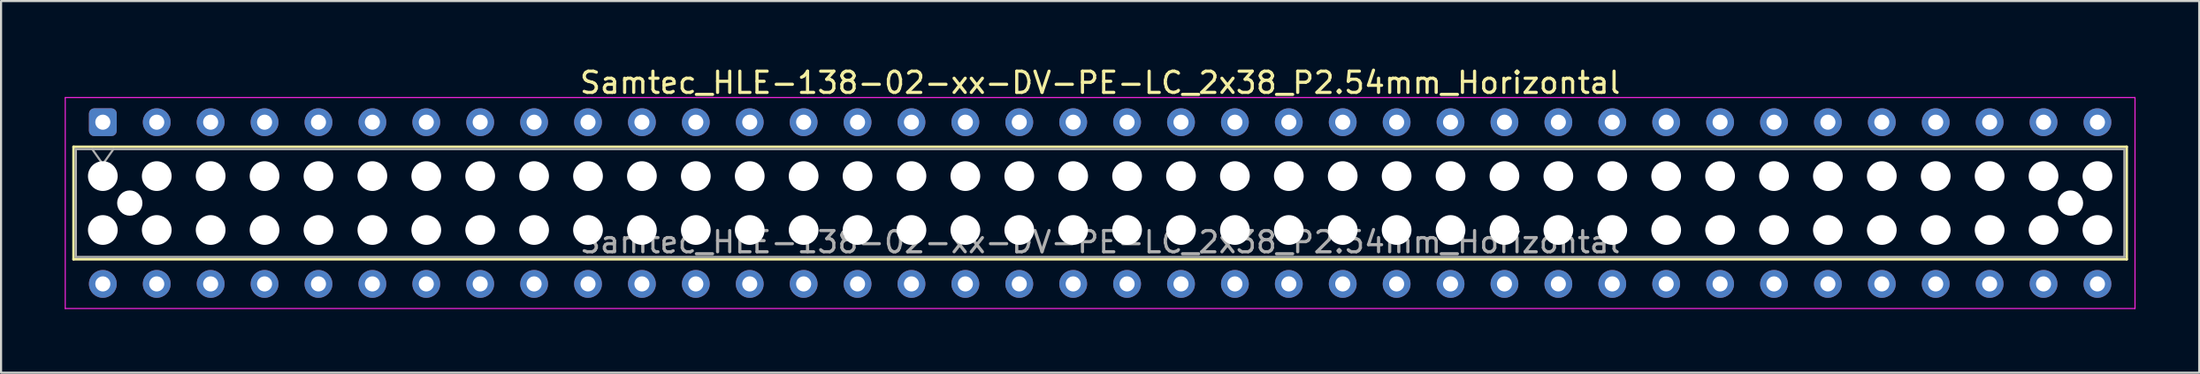
<source format=kicad_pcb>
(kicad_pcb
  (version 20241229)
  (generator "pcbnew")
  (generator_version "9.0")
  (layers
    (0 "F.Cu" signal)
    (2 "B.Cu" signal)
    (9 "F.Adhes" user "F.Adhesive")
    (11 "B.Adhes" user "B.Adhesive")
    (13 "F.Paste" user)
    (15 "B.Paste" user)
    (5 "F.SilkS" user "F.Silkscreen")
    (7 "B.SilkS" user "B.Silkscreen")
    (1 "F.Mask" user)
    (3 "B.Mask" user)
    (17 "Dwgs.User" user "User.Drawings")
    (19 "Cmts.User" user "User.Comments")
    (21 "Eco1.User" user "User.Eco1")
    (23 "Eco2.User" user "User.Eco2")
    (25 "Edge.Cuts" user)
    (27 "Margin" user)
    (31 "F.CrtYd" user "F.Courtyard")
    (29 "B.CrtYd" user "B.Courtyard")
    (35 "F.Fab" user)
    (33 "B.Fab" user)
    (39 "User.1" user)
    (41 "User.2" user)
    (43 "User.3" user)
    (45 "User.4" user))
  (footprint "Samtec_HLE-138-02-xx-DV-PE-LC_2x38_P2.54mm_Horizontal"
    (layer "F.Cu")
    (at 1.795 2.708)
    (property "Reference" "Samtec_HLE-138-02-xx-DV-PE-LC_2x38_P2.54mm_Horizontal" (at 46.99 -1.86 0) (layer "F.SilkS") (effects (font (size 1 1) (thickness 0.15))))
    (attr through_hole)
    (fp_line (start -1.38 1.16) (end 95.36 1.16) (stroke (width 0.12) (type solid)) (layer "F.SilkS"))
    (fp_line (start -1.38 6.46) (end -1.38 1.16) (stroke (width 0.12) (type solid)) (layer "F.SilkS"))
    (fp_line (start 95.36 1.16) (end 95.36 6.46) (stroke (width 0.12) (type solid)) (layer "F.SilkS"))
    (fp_line (start 95.36 6.46) (end -1.38 6.46) (stroke (width 0.12) (type solid)) (layer "F.SilkS"))
    (fp_line (start -1.77 -1.16) (end 95.75 -1.16) (stroke (width 0.05) (type solid)) (layer "F.CrtYd"))
    (fp_line (start -1.77 8.78) (end -1.77 -1.16) (stroke (width 0.05) (type solid)) (layer "F.CrtYd"))
    (fp_line (start 95.75 -1.16) (end 95.75 8.78) (stroke (width 0.05) (type solid)) (layer "F.CrtYd"))
    (fp_line (start 95.75 8.78) (end -1.77 8.78) (stroke (width 0.05) (type solid)) (layer "F.CrtYd"))
    (fp_line (start -1.27 1.27) (end 95.25 1.27) (stroke (width 0.1) (type solid)) (layer "F.Fab"))
    (fp_line (start -1.27 6.35) (end -1.27 1.27) (stroke (width 0.1) (type solid)) (layer "F.Fab"))
    (fp_line (start -0.5 1.27) (end 0 1.977) (stroke (width 0.1) (type solid)) (layer "F.Fab"))
    (fp_line (start 0 1.977) (end 0.5 1.27) (stroke (width 0.1) (type solid)) (layer "F.Fab"))
    (fp_line (start 95.25 1.27) (end 95.25 6.35) (stroke (width 0.1) (type solid)) (layer "F.Fab"))
    (fp_line (start 95.25 6.35) (end -1.27 6.35) (stroke (width 0.1) (type solid)) (layer "F.Fab"))
    (fp_text user "${REFERENCE}" (at 46.99 5.65 0) (layer "F.Fab") (effects (font (size 1 1) (thickness 0.15))))
    (pad "" np_thru_hole circle (at 0 2.54) (size 1.4 1.4) (drill 1.4) (layers "*.Cu" "*.Mask"))
    (pad "" np_thru_hole circle (at 0 5.08) (size 1.4 1.4) (drill 1.4) (layers "*.Cu" "*.Mask"))
    (pad "" np_thru_hole circle (at 1.27 3.81) (size 1.19 1.19) (drill 1.19) (layers "*.Cu" "*.Mask"))
    (pad "" np_thru_hole circle (at 2.54 2.54) (size 1.4 1.4) (drill 1.4) (layers "*.Cu" "*.Mask"))
    (pad "" np_thru_hole circle (at 2.54 5.08) (size 1.4 1.4) (drill 1.4) (layers "*.Cu" "*.Mask"))
    (pad "" np_thru_hole circle (at 5.08 2.54) (size 1.4 1.4) (drill 1.4) (layers "*.Cu" "*.Mask"))
    (pad "" np_thru_hole circle (at 5.08 5.08) (size 1.4 1.4) (drill 1.4) (layers "*.Cu" "*.Mask"))
    (pad "" np_thru_hole circle (at 7.62 2.54) (size 1.4 1.4) (drill 1.4) (layers "*.Cu" "*.Mask"))
    (pad "" np_thru_hole circle (at 7.62 5.08) (size 1.4 1.4) (drill 1.4) (layers "*.Cu" "*.Mask"))
    (pad "" np_thru_hole circle (at 10.16 2.54) (size 1.4 1.4) (drill 1.4) (layers "*.Cu" "*.Mask"))
    (pad "" np_thru_hole circle (at 10.16 5.08) (size 1.4 1.4) (drill 1.4) (layers "*.Cu" "*.Mask"))
    (pad "" np_thru_hole circle (at 12.7 2.54) (size 1.4 1.4) (drill 1.4) (layers "*.Cu" "*.Mask"))
    (pad "" np_thru_hole circle (at 12.7 5.08) (size 1.4 1.4) (drill 1.4) (layers "*.Cu" "*.Mask"))
    (pad "" np_thru_hole circle (at 15.24 2.54) (size 1.4 1.4) (drill 1.4) (layers "*.Cu" "*.Mask"))
    (pad "" np_thru_hole circle (at 15.24 5.08) (size 1.4 1.4) (drill 1.4) (layers "*.Cu" "*.Mask"))
    (pad "" np_thru_hole circle (at 17.78 2.54) (size 1.4 1.4) (drill 1.4) (layers "*.Cu" "*.Mask"))
    (pad "" np_thru_hole circle (at 17.78 5.08) (size 1.4 1.4) (drill 1.4) (layers "*.Cu" "*.Mask"))
    (pad "" np_thru_hole circle (at 20.32 2.54) (size 1.4 1.4) (drill 1.4) (layers "*.Cu" "*.Mask"))
    (pad "" np_thru_hole circle (at 20.32 5.08) (size 1.4 1.4) (drill 1.4) (layers "*.Cu" "*.Mask"))
    (pad "" np_thru_hole circle (at 22.86 2.54) (size 1.4 1.4) (drill 1.4) (layers "*.Cu" "*.Mask"))
    (pad "" np_thru_hole circle (at 22.86 5.08) (size 1.4 1.4) (drill 1.4) (layers "*.Cu" "*.Mask"))
    (pad "" np_thru_hole circle (at 25.4 2.54) (size 1.4 1.4) (drill 1.4) (layers "*.Cu" "*.Mask"))
    (pad "" np_thru_hole circle (at 25.4 5.08) (size 1.4 1.4) (drill 1.4) (layers "*.Cu" "*.Mask"))
    (pad "" np_thru_hole circle (at 27.94 2.54) (size 1.4 1.4) (drill 1.4) (layers "*.Cu" "*.Mask"))
    (pad "" np_thru_hole circle (at 27.94 5.08) (size 1.4 1.4) (drill 1.4) (layers "*.Cu" "*.Mask"))
    (pad "" np_thru_hole circle (at 30.48 2.54) (size 1.4 1.4) (drill 1.4) (layers "*.Cu" "*.Mask"))
    (pad "" np_thru_hole circle (at 30.48 5.08) (size 1.4 1.4) (drill 1.4) (layers "*.Cu" "*.Mask"))
    (pad "" np_thru_hole circle (at 33.02 2.54) (size 1.4 1.4) (drill 1.4) (layers "*.Cu" "*.Mask"))
    (pad "" np_thru_hole circle (at 33.02 5.08) (size 1.4 1.4) (drill 1.4) (layers "*.Cu" "*.Mask"))
    (pad "" np_thru_hole circle (at 35.56 2.54) (size 1.4 1.4) (drill 1.4) (layers "*.Cu" "*.Mask"))
    (pad "" np_thru_hole circle (at 35.56 5.08) (size 1.4 1.4) (drill 1.4) (layers "*.Cu" "*.Mask"))
    (pad "" np_thru_hole circle (at 38.1 2.54) (size 1.4 1.4) (drill 1.4) (layers "*.Cu" "*.Mask"))
    (pad "" np_thru_hole circle (at 38.1 5.08) (size 1.4 1.4) (drill 1.4) (layers "*.Cu" "*.Mask"))
    (pad "" np_thru_hole circle (at 40.64 2.54) (size 1.4 1.4) (drill 1.4) (layers "*.Cu" "*.Mask"))
    (pad "" np_thru_hole circle (at 40.64 5.08) (size 1.4 1.4) (drill 1.4) (layers "*.Cu" "*.Mask"))
    (pad "" np_thru_hole circle (at 43.18 2.54) (size 1.4 1.4) (drill 1.4) (layers "*.Cu" "*.Mask"))
    (pad "" np_thru_hole circle (at 43.18 5.08) (size 1.4 1.4) (drill 1.4) (layers "*.Cu" "*.Mask"))
    (pad "" np_thru_hole circle (at 45.72 2.54) (size 1.4 1.4) (drill 1.4) (layers "*.Cu" "*.Mask"))
    (pad "" np_thru_hole circle (at 45.72 5.08) (size 1.4 1.4) (drill 1.4) (layers "*.Cu" "*.Mask"))
    (pad "" np_thru_hole circle (at 48.26 2.54) (size 1.4 1.4) (drill 1.4) (layers "*.Cu" "*.Mask"))
    (pad "" np_thru_hole circle (at 48.26 5.08) (size 1.4 1.4) (drill 1.4) (layers "*.Cu" "*.Mask"))
    (pad "" np_thru_hole circle (at 50.8 2.54) (size 1.4 1.4) (drill 1.4) (layers "*.Cu" "*.Mask"))
    (pad "" np_thru_hole circle (at 50.8 5.08) (size 1.4 1.4) (drill 1.4) (layers "*.Cu" "*.Mask"))
    (pad "" np_thru_hole circle (at 53.34 2.54) (size 1.4 1.4) (drill 1.4) (layers "*.Cu" "*.Mask"))
    (pad "" np_thru_hole circle (at 53.34 5.08) (size 1.4 1.4) (drill 1.4) (layers "*.Cu" "*.Mask"))
    (pad "" np_thru_hole circle (at 55.88 2.54) (size 1.4 1.4) (drill 1.4) (layers "*.Cu" "*.Mask"))
    (pad "" np_thru_hole circle (at 55.88 5.08) (size 1.4 1.4) (drill 1.4) (layers "*.Cu" "*.Mask"))
    (pad "" np_thru_hole circle (at 58.42 2.54) (size 1.4 1.4) (drill 1.4) (layers "*.Cu" "*.Mask"))
    (pad "" np_thru_hole circle (at 58.42 5.08) (size 1.4 1.4) (drill 1.4) (layers "*.Cu" "*.Mask"))
    (pad "" np_thru_hole circle (at 60.96 2.54) (size 1.4 1.4) (drill 1.4) (layers "*.Cu" "*.Mask"))
    (pad "" np_thru_hole circle (at 60.96 5.08) (size 1.4 1.4) (drill 1.4) (layers "*.Cu" "*.Mask"))
    (pad "" np_thru_hole circle (at 63.5 2.54) (size 1.4 1.4) (drill 1.4) (layers "*.Cu" "*.Mask"))
    (pad "" np_thru_hole circle (at 63.5 5.08) (size 1.4 1.4) (drill 1.4) (layers "*.Cu" "*.Mask"))
    (pad "" np_thru_hole circle (at 66.04 2.54) (size 1.4 1.4) (drill 1.4) (layers "*.Cu" "*.Mask"))
    (pad "" np_thru_hole circle (at 66.04 5.08) (size 1.4 1.4) (drill 1.4) (layers "*.Cu" "*.Mask"))
    (pad "" np_thru_hole circle (at 68.58 2.54) (size 1.4 1.4) (drill 1.4) (layers "*.Cu" "*.Mask"))
    (pad "" np_thru_hole circle (at 68.58 5.08) (size 1.4 1.4) (drill 1.4) (layers "*.Cu" "*.Mask"))
    (pad "" np_thru_hole circle (at 71.12 2.54) (size 1.4 1.4) (drill 1.4) (layers "*.Cu" "*.Mask"))
    (pad "" np_thru_hole circle (at 71.12 5.08) (size 1.4 1.4) (drill 1.4) (layers "*.Cu" "*.Mask"))
    (pad "" np_thru_hole circle (at 73.66 2.54) (size 1.4 1.4) (drill 1.4) (layers "*.Cu" "*.Mask"))
    (pad "" np_thru_hole circle (at 73.66 5.08) (size 1.4 1.4) (drill 1.4) (layers "*.Cu" "*.Mask"))
    (pad "" np_thru_hole circle (at 76.2 2.54) (size 1.4 1.4) (drill 1.4) (layers "*.Cu" "*.Mask"))
    (pad "" np_thru_hole circle (at 76.2 5.08) (size 1.4 1.4) (drill 1.4) (layers "*.Cu" "*.Mask"))
    (pad "" np_thru_hole circle (at 78.74 2.54) (size 1.4 1.4) (drill 1.4) (layers "*.Cu" "*.Mask"))
    (pad "" np_thru_hole circle (at 78.74 5.08) (size 1.4 1.4) (drill 1.4) (layers "*.Cu" "*.Mask"))
    (pad "" np_thru_hole circle (at 81.28 2.54) (size 1.4 1.4) (drill 1.4) (layers "*.Cu" "*.Mask"))
    (pad "" np_thru_hole circle (at 81.28 5.08) (size 1.4 1.4) (drill 1.4) (layers "*.Cu" "*.Mask"))
    (pad "" np_thru_hole circle (at 83.82 2.54) (size 1.4 1.4) (drill 1.4) (layers "*.Cu" "*.Mask"))
    (pad "" np_thru_hole circle (at 83.82 5.08) (size 1.4 1.4) (drill 1.4) (layers "*.Cu" "*.Mask"))
    (pad "" np_thru_hole circle (at 86.36 2.54) (size 1.4 1.4) (drill 1.4) (layers "*.Cu" "*.Mask"))
    (pad "" np_thru_hole circle (at 86.36 5.08) (size 1.4 1.4) (drill 1.4) (layers "*.Cu" "*.Mask"))
    (pad "" np_thru_hole circle (at 88.9 2.54) (size 1.4 1.4) (drill 1.4) (layers "*.Cu" "*.Mask"))
    (pad "" np_thru_hole circle (at 88.9 5.08) (size 1.4 1.4) (drill 1.4) (layers "*.Cu" "*.Mask"))
    (pad "" np_thru_hole circle (at 91.44 2.54) (size 1.4 1.4) (drill 1.4) (layers "*.Cu" "*.Mask"))
    (pad "" np_thru_hole circle (at 91.44 5.08) (size 1.4 1.4) (drill 1.4) (layers "*.Cu" "*.Mask"))
    (pad "" np_thru_hole circle (at 92.71 3.81) (size 1.19 1.19) (drill 1.19) (layers "*.Cu" "*.Mask"))
    (pad "" np_thru_hole circle (at 93.98 2.54) (size 1.4 1.4) (drill 1.4) (layers "*.Cu" "*.Mask"))
    (pad "" np_thru_hole circle (at 93.98 5.08) (size 1.4 1.4) (drill 1.4) (layers "*.Cu" "*.Mask"))
    (pad "1" thru_hole roundrect (at 0 0) (size 1.31 1.31) (drill 0.71) (layers "*.Cu" "*.Mask") (roundrect_rratio 0.191))
    (pad "2" thru_hole circle (at 0 7.62) (size 1.31 1.31) (drill 0.71) (layers "*.Cu" "*.Mask"))
    (pad "3" thru_hole circle (at 2.54 0) (size 1.31 1.31) (drill 0.71) (layers "*.Cu" "*.Mask"))
    (pad "4" thru_hole circle (at 2.54 7.62) (size 1.31 1.31) (drill 0.71) (layers "*.Cu" "*.Mask"))
    (pad "5" thru_hole circle (at 5.08 0) (size 1.31 1.31) (drill 0.71) (layers "*.Cu" "*.Mask"))
    (pad "6" thru_hole circle (at 5.08 7.62) (size 1.31 1.31) (drill 0.71) (layers "*.Cu" "*.Mask"))
    (pad "7" thru_hole circle (at 7.62 0) (size 1.31 1.31) (drill 0.71) (layers "*.Cu" "*.Mask"))
    (pad "8" thru_hole circle (at 7.62 7.62) (size 1.31 1.31) (drill 0.71) (layers "*.Cu" "*.Mask"))
    (pad "9" thru_hole circle (at 10.16 0) (size 1.31 1.31) (drill 0.71) (layers "*.Cu" "*.Mask"))
    (pad "10" thru_hole circle (at 10.16 7.62) (size 1.31 1.31) (drill 0.71) (layers "*.Cu" "*.Mask"))
    (pad "11" thru_hole circle (at 12.7 0) (size 1.31 1.31) (drill 0.71) (layers "*.Cu" "*.Mask"))
    (pad "12" thru_hole circle (at 12.7 7.62) (size 1.31 1.31) (drill 0.71) (layers "*.Cu" "*.Mask"))
    (pad "13" thru_hole circle (at 15.24 0) (size 1.31 1.31) (drill 0.71) (layers "*.Cu" "*.Mask"))
    (pad "14" thru_hole circle (at 15.24 7.62) (size 1.31 1.31) (drill 0.71) (layers "*.Cu" "*.Mask"))
    (pad "15" thru_hole circle (at 17.78 0) (size 1.31 1.31) (drill 0.71) (layers "*.Cu" "*.Mask"))
    (pad "16" thru_hole circle (at 17.78 7.62) (size 1.31 1.31) (drill 0.71) (layers "*.Cu" "*.Mask"))
    (pad "17" thru_hole circle (at 20.32 0) (size 1.31 1.31) (drill 0.71) (layers "*.Cu" "*.Mask"))
    (pad "18" thru_hole circle (at 20.32 7.62) (size 1.31 1.31) (drill 0.71) (layers "*.Cu" "*.Mask"))
    (pad "19" thru_hole circle (at 22.86 0) (size 1.31 1.31) (drill 0.71) (layers "*.Cu" "*.Mask"))
    (pad "20" thru_hole circle (at 22.86 7.62) (size 1.31 1.31) (drill 0.71) (layers "*.Cu" "*.Mask"))
    (pad "21" thru_hole circle (at 25.4 0) (size 1.31 1.31) (drill 0.71) (layers "*.Cu" "*.Mask"))
    (pad "22" thru_hole circle (at 25.4 7.62) (size 1.31 1.31) (drill 0.71) (layers "*.Cu" "*.Mask"))
    (pad "23" thru_hole circle (at 27.94 0) (size 1.31 1.31) (drill 0.71) (layers "*.Cu" "*.Mask"))
    (pad "24" thru_hole circle (at 27.94 7.62) (size 1.31 1.31) (drill 0.71) (layers "*.Cu" "*.Mask"))
    (pad "25" thru_hole circle (at 30.48 0) (size 1.31 1.31) (drill 0.71) (layers "*.Cu" "*.Mask"))
    (pad "26" thru_hole circle (at 30.48 7.62) (size 1.31 1.31) (drill 0.71) (layers "*.Cu" "*.Mask"))
    (pad "27" thru_hole circle (at 33.02 0) (size 1.31 1.31) (drill 0.71) (layers "*.Cu" "*.Mask"))
    (pad "28" thru_hole circle (at 33.02 7.62) (size 1.31 1.31) (drill 0.71) (layers "*.Cu" "*.Mask"))
    (pad "29" thru_hole circle (at 35.56 0) (size 1.31 1.31) (drill 0.71) (layers "*.Cu" "*.Mask"))
    (pad "30" thru_hole circle (at 35.56 7.62) (size 1.31 1.31) (drill 0.71) (layers "*.Cu" "*.Mask"))
    (pad "31" thru_hole circle (at 38.1 0) (size 1.31 1.31) (drill 0.71) (layers "*.Cu" "*.Mask"))
    (pad "32" thru_hole circle (at 38.1 7.62) (size 1.31 1.31) (drill 0.71) (layers "*.Cu" "*.Mask"))
    (pad "33" thru_hole circle (at 40.64 0) (size 1.31 1.31) (drill 0.71) (layers "*.Cu" "*.Mask"))
    (pad "34" thru_hole circle (at 40.64 7.62) (size 1.31 1.31) (drill 0.71) (layers "*.Cu" "*.Mask"))
    (pad "35" thru_hole circle (at 43.18 0) (size 1.31 1.31) (drill 0.71) (layers "*.Cu" "*.Mask"))
    (pad "36" thru_hole circle (at 43.18 7.62) (size 1.31 1.31) (drill 0.71) (layers "*.Cu" "*.Mask"))
    (pad "37" thru_hole circle (at 45.72 0) (size 1.31 1.31) (drill 0.71) (layers "*.Cu" "*.Mask"))
    (pad "38" thru_hole circle (at 45.72 7.62) (size 1.31 1.31) (drill 0.71) (layers "*.Cu" "*.Mask"))
    (pad "39" thru_hole circle (at 48.26 0) (size 1.31 1.31) (drill 0.71) (layers "*.Cu" "*.Mask"))
    (pad "40" thru_hole circle (at 48.26 7.62) (size 1.31 1.31) (drill 0.71) (layers "*.Cu" "*.Mask"))
    (pad "41" thru_hole circle (at 50.8 0) (size 1.31 1.31) (drill 0.71) (layers "*.Cu" "*.Mask"))
    (pad "42" thru_hole circle (at 50.8 7.62) (size 1.31 1.31) (drill 0.71) (layers "*.Cu" "*.Mask"))
    (pad "43" thru_hole circle (at 53.34 0) (size 1.31 1.31) (drill 0.71) (layers "*.Cu" "*.Mask"))
    (pad "44" thru_hole circle (at 53.34 7.62) (size 1.31 1.31) (drill 0.71) (layers "*.Cu" "*.Mask"))
    (pad "45" thru_hole circle (at 55.88 0) (size 1.31 1.31) (drill 0.71) (layers "*.Cu" "*.Mask"))
    (pad "46" thru_hole circle (at 55.88 7.62) (size 1.31 1.31) (drill 0.71) (layers "*.Cu" "*.Mask"))
    (pad "47" thru_hole circle (at 58.42 0) (size 1.31 1.31) (drill 0.71) (layers "*.Cu" "*.Mask"))
    (pad "48" thru_hole circle (at 58.42 7.62) (size 1.31 1.31) (drill 0.71) (layers "*.Cu" "*.Mask"))
    (pad "49" thru_hole circle (at 60.96 0) (size 1.31 1.31) (drill 0.71) (layers "*.Cu" "*.Mask"))
    (pad "50" thru_hole circle (at 60.96 7.62) (size 1.31 1.31) (drill 0.71) (layers "*.Cu" "*.Mask"))
    (pad "51" thru_hole circle (at 63.5 0) (size 1.31 1.31) (drill 0.71) (layers "*.Cu" "*.Mask"))
    (pad "52" thru_hole circle (at 63.5 7.62) (size 1.31 1.31) (drill 0.71) (layers "*.Cu" "*.Mask"))
    (pad "53" thru_hole circle (at 66.04 0) (size 1.31 1.31) (drill 0.71) (layers "*.Cu" "*.Mask"))
    (pad "54" thru_hole circle (at 66.04 7.62) (size 1.31 1.31) (drill 0.71) (layers "*.Cu" "*.Mask"))
    (pad "55" thru_hole circle (at 68.58 0) (size 1.31 1.31) (drill 0.71) (layers "*.Cu" "*.Mask"))
    (pad "56" thru_hole circle (at 68.58 7.62) (size 1.31 1.31) (drill 0.71) (layers "*.Cu" "*.Mask"))
    (pad "57" thru_hole circle (at 71.12 0) (size 1.31 1.31) (drill 0.71) (layers "*.Cu" "*.Mask"))
    (pad "58" thru_hole circle (at 71.12 7.62) (size 1.31 1.31) (drill 0.71) (layers "*.Cu" "*.Mask"))
    (pad "59" thru_hole circle (at 73.66 0) (size 1.31 1.31) (drill 0.71) (layers "*.Cu" "*.Mask"))
    (pad "60" thru_hole circle (at 73.66 7.62) (size 1.31 1.31) (drill 0.71) (layers "*.Cu" "*.Mask"))
    (pad "61" thru_hole circle (at 76.2 0) (size 1.31 1.31) (drill 0.71) (layers "*.Cu" "*.Mask"))
    (pad "62" thru_hole circle (at 76.2 7.62) (size 1.31 1.31) (drill 0.71) (layers "*.Cu" "*.Mask"))
    (pad "63" thru_hole circle (at 78.74 0) (size 1.31 1.31) (drill 0.71) (layers "*.Cu" "*.Mask"))
    (pad "64" thru_hole circle (at 78.74 7.62) (size 1.31 1.31) (drill 0.71) (layers "*.Cu" "*.Mask"))
    (pad "65" thru_hole circle (at 81.28 0) (size 1.31 1.31) (drill 0.71) (layers "*.Cu" "*.Mask"))
    (pad "66" thru_hole circle (at 81.28 7.62) (size 1.31 1.31) (drill 0.71) (layers "*.Cu" "*.Mask"))
    (pad "67" thru_hole circle (at 83.82 0) (size 1.31 1.31) (drill 0.71) (layers "*.Cu" "*.Mask"))
    (pad "68" thru_hole circle (at 83.82 7.62) (size 1.31 1.31) (drill 0.71) (layers "*.Cu" "*.Mask"))
    (pad "69" thru_hole circle (at 86.36 0) (size 1.31 1.31) (drill 0.71) (layers "*.Cu" "*.Mask"))
    (pad "70" thru_hole circle (at 86.36 7.62) (size 1.31 1.31) (drill 0.71) (layers "*.Cu" "*.Mask"))
    (pad "71" thru_hole circle (at 88.9 0) (size 1.31 1.31) (drill 0.71) (layers "*.Cu" "*.Mask"))
    (pad "72" thru_hole circle (at 88.9 7.62) (size 1.31 1.31) (drill 0.71) (layers "*.Cu" "*.Mask"))
    (pad "73" thru_hole circle (at 91.44 0) (size 1.31 1.31) (drill 0.71) (layers "*.Cu" "*.Mask"))
    (pad "74" thru_hole circle (at 91.44 7.62) (size 1.31 1.31) (drill 0.71) (layers "*.Cu" "*.Mask"))
    (pad "75" thru_hole circle (at 93.98 0) (size 1.31 1.31) (drill 0.71) (layers "*.Cu" "*.Mask"))
    (pad "76" thru_hole circle (at 93.98 7.62) (size 1.31 1.31) (drill 0.71) (layers "*.Cu" "*.Mask")))
  (gr_rect
    (start -3 -3)
    (end 100.57 14.513)
    (stroke (width 0.1) (type default))
    (fill no)
    (layer "Edge.Cuts")))
</source>
